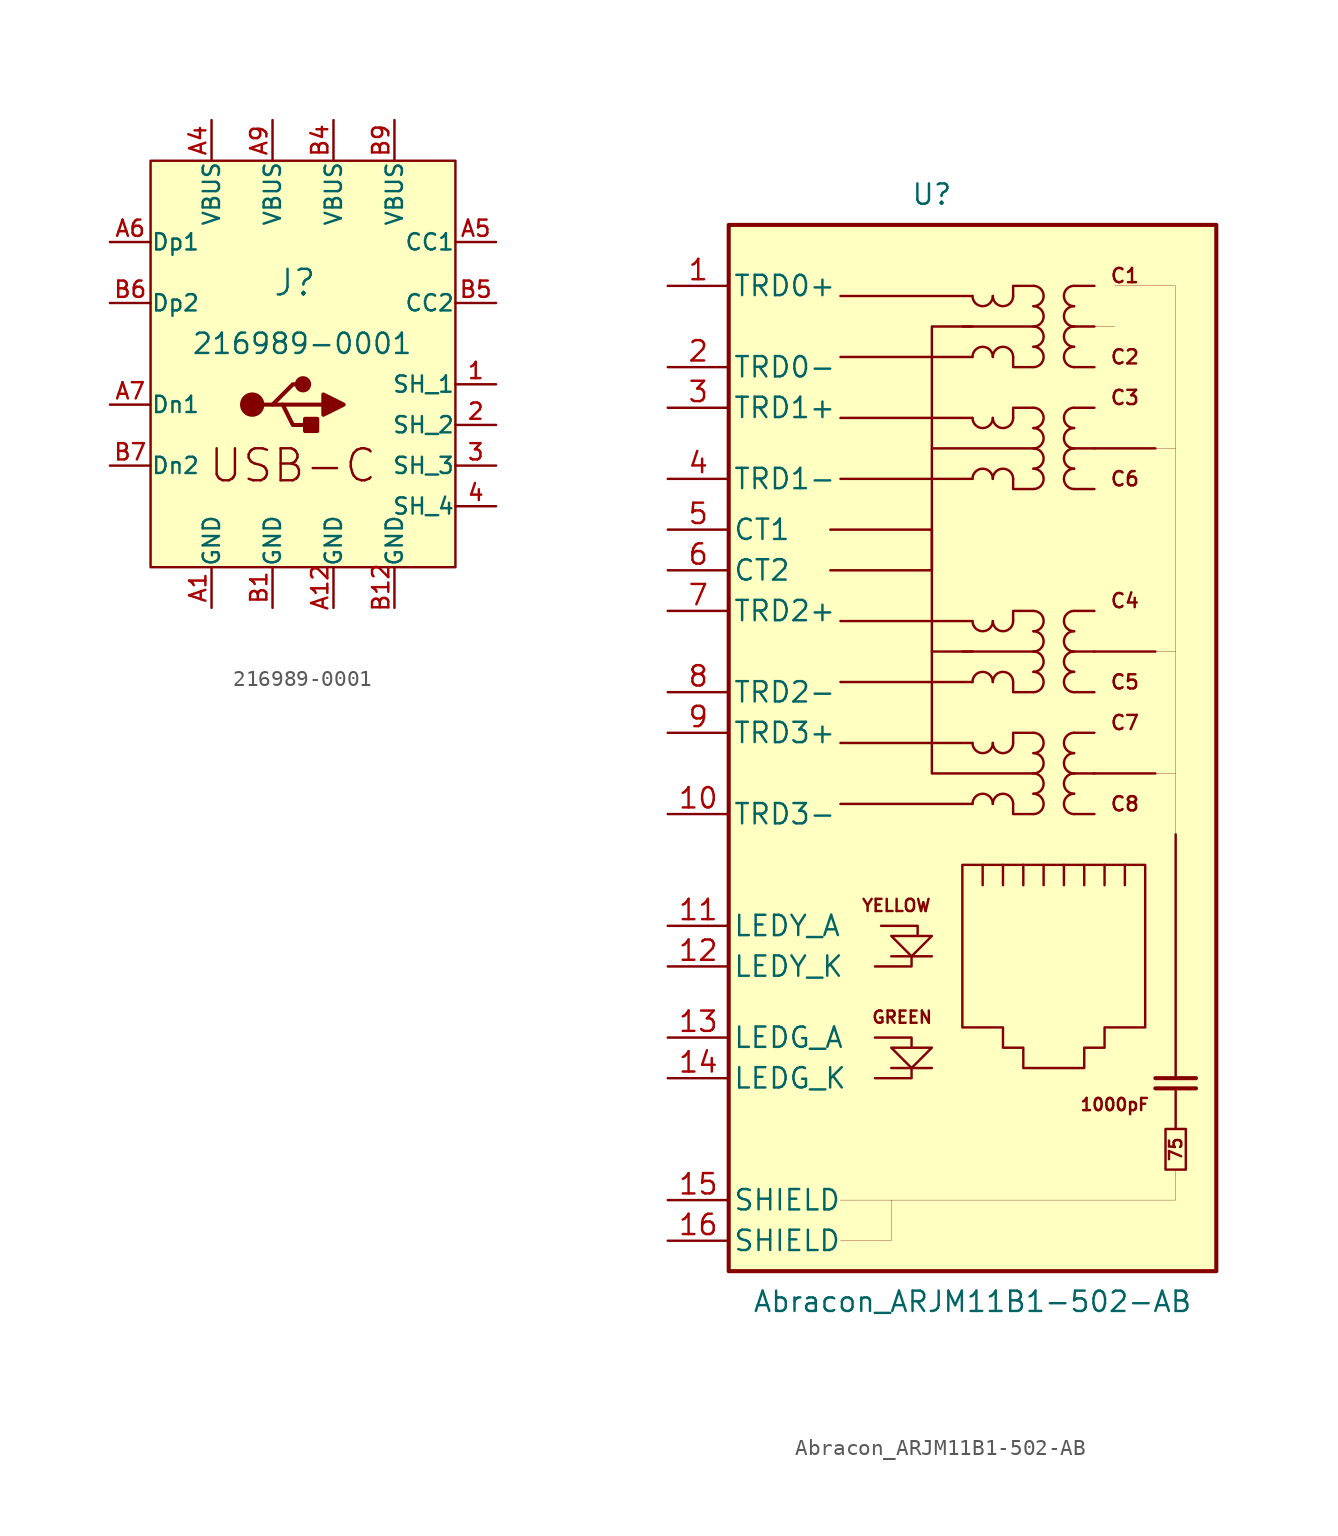
<source format=kicad_sym>
(kicad_symbol_lib
  (version 20220914)
  (generator kicad_symbol_editor)
  (symbol "216989-0001"
    (pin_names
      (offset 0.01))
    (property "Reference" "J"
      (at -19.05 -2.54 0)
      (effects (font (size 1.6 1.6)) (justify left)))
    (property "Value" "216989-0001"
      (at -24.13 -6.35 0)
      (effects (font (size 1.27 1.27)) (justify left)))
    (symbol "216989-0001_0_0"
      (text "USB-C" (at -17.78 -13.97 0) (effects (font (size 2 2)))))
    (symbol "216989-0001_0_1"
      (circle (center -20.32 -10.16) (radius 0.635) (stroke (width 0.254) (type default)) (fill (type outline)))
      (circle (center -17.145 -8.89) (radius 0.381) (stroke (width 0.254) (type default)) (fill (type outline)))
      (rectangle (start -16.256 -11.049) (end -17.018 -11.811) (stroke (width 0.254) (type default)) (fill (type outline)))
      (polyline (pts (xy -18.415 -10.16) (xy -15.875 -10.16)) (stroke (width 0.254) (type default)) (fill (type none)))
      (polyline (pts (xy -19.685 -10.16) (xy -19.05 -10.16) (xy -17.78 -8.89) (xy -17.145 -8.89)) (stroke (width 0.254) (type default)) (fill (type none)))
      (polyline (pts (xy -19.05 -10.16) (xy -18.415 -10.16) (xy -17.78 -11.43) (xy -16.51 -11.43)) (stroke (width 0.254) (type default)) (fill (type none)))
      (polyline (pts (xy -15.875 -9.525) (xy -15.875 -10.795) (xy -14.605 -10.16) (xy -15.875 -9.525)) (stroke (width 0.254) (type default)) (fill (type outline))))
    (symbol "216989-0001_1_1"
      (rectangle (start -26.67 5.08) (end -7.62 -20.32) (stroke (width 0) (type default)) (fill (type background)))
      (pin passive line (at -5.08 -8.89 180) (length 2.54) (name "SH_1" (effects (font (size 1.016 1.016)))) (number "1" (effects (font (size 1.016 1.016)))))
      (pin passive line (at -5.08 -11.43 180) (length 2.54) (name "SH_2" (effects (font (size 1.016 1.016)))) (number "2" (effects (font (size 1.016 1.016)))))
      (pin passive line (at -5.08 -13.97 180) (length 2.54) (name "SH_3" (effects (font (size 1.016 1.016)))) (number "3" (effects (font (size 1.016 1.016)))))
      (pin passive line (at -5.08 -16.51 180) (length 2.54) (name "SH_4" (effects (font (size 1.016 1.016)))) (number "4" (effects (font (size 1.016 1.016)))))
      (pin power_in line (at -22.86 -22.86 90) (length 2.54) (name "GND" (effects (font (size 1.016 1.016)))) (number "A1" (effects (font (size 1.016 1.016)))))
      (pin power_in line (at -15.24 -22.86 90) (length 2.54) (name "GND" (effects (font (size 1.016 1.016)))) (number "A12" (effects (font (size 1.016 1.016)))))
      (pin passive line (at -22.86 7.62 270) (length 2.54) (name "VBUS" (effects (font (size 1.016 1.016)))) (number "A4" (effects (font (size 1.016 1.016)))))
      (pin passive line (at -5.08 0 180) (length 2.54) (name "CC1" (effects (font (size 1.016 1.016)))) (number "A5" (effects (font (size 1.016 1.016)))))
      (pin passive line (at -29.21 0 0) (length 2.54) (name "Dp1" (effects (font (size 1.016 1.016)))) (number "A6" (effects (font (size 1.016 1.016)))))
      (pin passive line (at -29.21 -10.16 0) (length 2.54) (name "Dn1" (effects (font (size 1.016 1.016)))) (number "A7" (effects (font (size 1.016 1.016)))))
      (pin power_in line (at -19.05 7.62 270) (length 2.54) (name "VBUS" (effects (font (size 1.016 1.016)))) (number "A9" (effects (font (size 1.016 1.016)))))
      (pin power_in line (at -19.05 -22.86 90) (length 2.54) (name "GND" (effects (font (size 1.016 1.016)))) (number "B1" (effects (font (size 1.016 1.016)))))
      (pin power_in line (at -11.43 -22.86 90) (length 2.54) (name "GND" (effects (font (size 1.016 1.016)))) (number "B12" (effects (font (size 1.016 1.016)))))
      (pin passive line (at -15.24 7.62 270) (length 2.54) (name "VBUS" (effects (font (size 1.016 1.016)))) (number "B4" (effects (font (size 1.016 1.016)))))
      (pin passive line (at -5.08 -3.81 180) (length 2.54) (name "CC2" (effects (font (size 1.016 1.016)))) (number "B5" (effects (font (size 1.016 1.016)))))
      (pin passive line (at -29.21 -3.81 0) (length 2.54) (name "Dp2" (effects (font (size 1.016 1.016)))) (number "B6" (effects (font (size 1.016 1.016)))))
      (pin passive line (at -29.21 -13.97 0) (length 2.54) (name "Dn2" (effects (font (size 1.016 1.016)))) (number "B7" (effects (font (size 1.016 1.016)))))
      (pin passive line (at -11.43 7.62 270) (length 2.54) (name "VBUS" (effects (font (size 1.016 1.016)))) (number "B9" (effects (font (size 1.016 1.016)))))))
  (symbol "Abracon_ARJM11B1-502-AB"
    (pin_names
      (offset 0.254))
    (property "Reference" "U"
      (at -2.54 67.31 0)
      (effects (font (size 1.27 1.27))))
    (property "Value" "Abracon_ARJM11B1-502-AB"
      (at 0 -1.905 0)
      (effects (font (size 1.27 1.27))))
    (symbol "Abracon_ARJM11B1-502-AB_0_1"
      (polyline (pts (xy 8.89 59.055) (xy 7.62 59.055)) (stroke (width 0.001) (type default)) (fill (type none)))
      (polyline (pts (xy 11.43 31.115) (xy 12.7 31.115)) (stroke (width 0.001) (type default)) (fill (type none)))
      (polyline (pts (xy 11.43 38.735) (xy 12.7 38.735)) (stroke (width 0.001) (type default)) (fill (type none)))
      (polyline (pts (xy 11.43 51.435) (xy 12.7 51.435)) (stroke (width 0.001) (type default)) (fill (type none)))
      (polyline (pts (xy -5.08 4.445) (xy -5.08 1.905) (xy -8.255 1.905)) (stroke (width 0.001) (type default)) (fill (type none)))
      (polyline (pts (xy 12.7 6.35) (xy 12.7 4.445) (xy -8.255 4.445)) (stroke (width 0.001) (type default)) (fill (type none)))
      (polyline (pts (xy 12.7 27.305) (xy 12.7 61.595) (xy 8.89 61.595)) (stroke (width 0.001) (type default)) (fill (type none)))
      (polyline (pts (xy 3.81 31.115) (xy -2.54 31.115) (xy -2.54 38.735) (xy 0 38.735) (xy -2.54 38.735)) (stroke (width 0) (type default)) (fill (type none)))
      (polyline (pts (xy 3.81 51.435) (xy -2.54 51.435) (xy -2.54 59.055) (xy 0 59.055) (xy -2.54 59.055)) (stroke (width 0) (type default)) (fill (type none))))
    (symbol "Abracon_ARJM11B1-502-AB_1_1"
      (rectangle (start -15.24 65.405) (end 15.24 0) (stroke (width 0.254) (type default)) (fill (type background)))
      (polyline (pts (xy -2.54 12.7) (xy -5.08 12.7)) (stroke (width 0) (type default)) (fill (type none)))
      (polyline (pts (xy -2.54 19.685) (xy -5.08 19.685)) (stroke (width 0) (type default)) (fill (type none)))
      (polyline (pts (xy -2.54 38.735) (xy -2.54 51.435)) (stroke (width 0) (type default)) (fill (type none)))
      (polyline (pts (xy -0.635 38.735) (xy 3.81 38.735)) (stroke (width 0) (type default)) (fill (type none)))
      (polyline (pts (xy -0.635 59.055) (xy 3.81 59.055)) (stroke (width 0) (type default)) (fill (type none)))
      (polyline (pts (xy 0 29.21) (xy -8.255 29.21)) (stroke (width 0) (type default)) (fill (type none)))
      (polyline (pts (xy 0 33.02) (xy -8.255 33.02)) (stroke (width 0) (type default)) (fill (type none)))
      (polyline (pts (xy 0 36.83) (xy -8.255 36.83)) (stroke (width 0) (type default)) (fill (type none)))
      (polyline (pts (xy 0 40.64) (xy -8.255 40.64)) (stroke (width 0) (type default)) (fill (type none)))
      (polyline (pts (xy 0 49.53) (xy -8.255 49.53)) (stroke (width 0) (type default)) (fill (type none)))
      (polyline (pts (xy 0 53.34) (xy -8.255 53.34)) (stroke (width 0) (type default)) (fill (type none)))
      (polyline (pts (xy 0 57.15) (xy -8.255 57.15)) (stroke (width 0) (type default)) (fill (type none)))
      (polyline (pts (xy 0 60.96) (xy -8.255 60.96)) (stroke (width 0) (type default)) (fill (type none)))
      (polyline (pts (xy 0.635 24.13) (xy 0.635 25.4)) (stroke (width 0) (type default)) (fill (type none)))
      (polyline (pts (xy 1.905 25.4) (xy 1.905 24.13)) (stroke (width 0) (type default)) (fill (type none)))
      (polyline (pts (xy 3.175 25.4) (xy 3.175 24.13)) (stroke (width 0) (type default)) (fill (type none)))
      (polyline (pts (xy 4.445 25.4) (xy 4.445 24.13)) (stroke (width 0) (type default)) (fill (type none)))
      (polyline (pts (xy 5.715 25.4) (xy 5.715 24.13)) (stroke (width 0) (type default)) (fill (type none)))
      (polyline (pts (xy 6.35 28.575) (xy 7.62 28.575)) (stroke (width 0) (type default)) (fill (type none)))
      (polyline (pts (xy 6.35 31.115) (xy 7.62 31.115)) (stroke (width 0) (type default)) (fill (type none)))
      (polyline (pts (xy 6.35 33.655) (xy 7.62 33.655)) (stroke (width 0) (type default)) (fill (type none)))
      (polyline (pts (xy 6.35 36.195) (xy 7.62 36.195)) (stroke (width 0) (type default)) (fill (type none)))
      (polyline (pts (xy 6.35 38.735) (xy 7.62 38.735)) (stroke (width 0) (type default)) (fill (type none)))
      (polyline (pts (xy 6.35 41.275) (xy 7.62 41.275)) (stroke (width 0) (type default)) (fill (type none)))
      (polyline (pts (xy 6.35 48.895) (xy 7.62 48.895)) (stroke (width 0) (type default)) (fill (type none)))
      (polyline (pts (xy 6.35 51.435) (xy 7.62 51.435)) (stroke (width 0) (type default)) (fill (type none)))
      (polyline (pts (xy 6.35 53.975) (xy 7.62 53.975)) (stroke (width 0) (type default)) (fill (type none)))
      (polyline (pts (xy 6.35 56.515) (xy 7.62 56.515)) (stroke (width 0) (type default)) (fill (type none)))
      (polyline (pts (xy 6.35 59.055) (xy 7.62 59.055)) (stroke (width 0) (type default)) (fill (type none)))
      (polyline (pts (xy 6.35 61.595) (xy 7.62 61.595)) (stroke (width 0) (type default)) (fill (type none)))
      (polyline (pts (xy 6.985 25.4) (xy 6.985 24.13)) (stroke (width 0) (type default)) (fill (type none)))
      (polyline (pts (xy 7.62 31.115) (xy 11.43 31.115)) (stroke (width 0) (type default)) (fill (type none)))
      (polyline (pts (xy 7.62 38.735) (xy 11.43 38.735)) (stroke (width 0) (type default)) (fill (type none)))
      (polyline (pts (xy 7.62 51.435) (xy 11.43 51.435)) (stroke (width 0) (type default)) (fill (type none)))
      (polyline (pts (xy 8.255 24.13) (xy 8.255 25.4)) (stroke (width 0) (type default)) (fill (type none)))
      (polyline (pts (xy 9.525 24.13) (xy 9.525 25.4)) (stroke (width 0) (type default)) (fill (type none)))
      (polyline (pts (xy 11.43 11.43) (xy 13.97 11.43)) (stroke (width 0.254) (type default)) (fill (type none)))
      (polyline (pts (xy 11.43 12.065) (xy 13.97 12.065)) (stroke (width 0.254) (type default)) (fill (type none)))
      (polyline (pts (xy 12.7 8.89) (xy 12.7 11.43)) (stroke (width 0) (type default)) (fill (type none)))
      (polyline (pts (xy 12.7 12.065) (xy 12.7 27.305)) (stroke (width 0) (type default)) (fill (type none)))
      (polyline (pts (xy -6.096 12.065) (xy -3.81 12.065) (xy -3.81 12.7)) (stroke (width 0) (type default)) (fill (type none)))
      (polyline (pts (xy -6.096 14.605) (xy -3.81 14.605) (xy -3.81 13.97)) (stroke (width 0) (type default)) (fill (type none)))
      (polyline (pts (xy -5.715 21.59) (xy -3.429 21.59) (xy -3.429 20.955)) (stroke (width 0) (type default)) (fill (type none)))
      (polyline (pts (xy -3.81 19.685) (xy -3.81 19.05) (xy -6.096 19.05)) (stroke (width 0) (type default)) (fill (type none)))
      (polyline (pts (xy 2.54 29.21) (xy 2.54 28.575) (xy 3.81 28.575)) (stroke (width 0) (type default)) (fill (type none)))
      (polyline (pts (xy 2.54 36.83) (xy 2.54 36.195) (xy 3.81 36.195)) (stroke (width 0) (type default)) (fill (type none)))
      (polyline (pts (xy 2.54 49.53) (xy 2.54 48.895) (xy 3.81 48.895)) (stroke (width 0) (type default)) (fill (type none)))
      (polyline (pts (xy 2.54 57.15) (xy 2.54 56.515) (xy 3.81 56.515)) (stroke (width 0) (type default)) (fill (type none)))
      (polyline (pts (xy 3.81 33.655) (xy 2.54 33.655) (xy 2.54 33.02)) (stroke (width 0) (type default)) (fill (type none)))
      (polyline (pts (xy 3.81 41.275) (xy 2.54 41.275) (xy 2.54 40.64)) (stroke (width 0) (type default)) (fill (type none)))
      (polyline (pts (xy 3.81 53.975) (xy 2.54 53.975) (xy 2.54 53.34)) (stroke (width 0) (type default)) (fill (type none)))
      (polyline (pts (xy 3.81 61.595) (xy 2.54 61.595) (xy 2.54 60.96)) (stroke (width 0) (type default)) (fill (type none)))
      (polyline (pts (xy -8.89 43.815) (xy -2.54 43.815) (xy -2.54 46.355) (xy -8.89 46.355)) (stroke (width 0) (type default)) (fill (type none)))
      (polyline (pts (xy -5.08 20.955) (xy -2.54 20.955) (xy -3.81 19.685) (xy -5.08 20.955)) (stroke (width 0) (type default)) (fill (type none)))
      (polyline (pts (xy -2.54 13.97) (xy -5.08 13.97) (xy -3.81 12.7) (xy -2.54 13.97)) (stroke (width 0) (type default)) (fill (type none)))
      (polyline (pts (xy -0.635 25.4) (xy 10.795 25.4) (xy 10.795 15.24) (xy 8.255 15.24) (xy 8.255 13.97) (xy 6.985 13.97) (xy 6.985 12.7) (xy 3.175 12.7) (xy 3.175 13.97) (xy 1.905 13.97) (xy 1.905 15.24) (xy -0.635 15.24) (xy -0.635 25.4)) (stroke (width 0) (type default)) (fill (type none)))
      (arc (start 0 33.02) (mid 0.635 32.3877) (end 1.27 33.02) (stroke (width 0) (type default)) (fill (type none)))
      (arc (start 0 40.64) (mid 0.635 40.0077) (end 1.27 40.64) (stroke (width 0) (type default)) (fill (type none)))
      (arc (start 0 53.34) (mid 0.635 52.7077) (end 1.27 53.34) (stroke (width 0) (type default)) (fill (type none)))
      (arc (start 0 60.96) (mid 0.635 60.3277) (end 1.27 60.96) (stroke (width 0) (type default)) (fill (type none)))
      (arc (start 1.27 29.21) (mid 0.635 29.8423) (end 0 29.21) (stroke (width 0) (type default)) (fill (type none)))
      (arc (start 1.27 33.02) (mid 1.905 32.3877) (end 2.54 33.02) (stroke (width 0) (type default)) (fill (type none)))
      (arc (start 1.27 36.83) (mid 0.635 37.4623) (end 0 36.83) (stroke (width 0) (type default)) (fill (type none)))
      (arc (start 1.27 40.64) (mid 1.905 40.0077) (end 2.54 40.64) (stroke (width 0) (type default)) (fill (type none)))
      (arc (start 1.27 49.53) (mid 0.635 50.1623) (end 0 49.53) (stroke (width 0) (type default)) (fill (type none)))
      (arc (start 1.27 53.34) (mid 1.905 52.7077) (end 2.54 53.34) (stroke (width 0) (type default)) (fill (type none)))
      (arc (start 1.27 57.15) (mid 0.635 57.7823) (end 0 57.15) (stroke (width 0) (type default)) (fill (type none)))
      (arc (start 1.27 60.96) (mid 1.905 60.3277) (end 2.54 60.96) (stroke (width 0) (type default)) (fill (type none)))
      (arc (start 2.54 29.21) (mid 1.905 29.8423) (end 1.27 29.21) (stroke (width 0) (type default)) (fill (type none)))
      (arc (start 2.54 36.83) (mid 1.905 37.4623) (end 1.27 36.83) (stroke (width 0) (type default)) (fill (type none)))
      (arc (start 2.54 49.53) (mid 1.905 50.1623) (end 1.27 49.53) (stroke (width 0) (type default)) (fill (type none)))
      (arc (start 2.54 57.15) (mid 1.905 57.7823) (end 1.27 57.15) (stroke (width 0) (type default)) (fill (type none)))
      (arc (start 3.81 28.575) (mid 4.4423 29.21) (end 3.81 29.845) (stroke (width 0) (type default)) (fill (type none)))
      (arc (start 3.81 29.845) (mid 4.4423 30.48) (end 3.81 31.115) (stroke (width 0) (type default)) (fill (type none)))
      (arc (start 3.81 31.115) (mid 4.4423 31.75) (end 3.81 32.385) (stroke (width 0) (type default)) (fill (type none)))
      (arc (start 3.81 32.385) (mid 4.4423 33.02) (end 3.81 33.655) (stroke (width 0) (type default)) (fill (type none)))
      (arc (start 3.81 36.195) (mid 4.4423 36.83) (end 3.81 37.465) (stroke (width 0) (type default)) (fill (type none)))
      (arc (start 3.81 37.465) (mid 4.4423 38.1) (end 3.81 38.735) (stroke (width 0) (type default)) (fill (type none)))
      (arc (start 3.81 38.735) (mid 4.4423 39.37) (end 3.81 40.005) (stroke (width 0) (type default)) (fill (type none)))
      (arc (start 3.81 40.005) (mid 4.4423 40.64) (end 3.81 41.275) (stroke (width 0) (type default)) (fill (type none)))
      (arc (start 3.81 48.895) (mid 4.4423 49.53) (end 3.81 50.165) (stroke (width 0) (type default)) (fill (type none)))
      (arc (start 3.81 50.165) (mid 4.4423 50.8) (end 3.81 51.435) (stroke (width 0) (type default)) (fill (type none)))
      (arc (start 3.81 51.435) (mid 4.4423 52.07) (end 3.81 52.705) (stroke (width 0) (type default)) (fill (type none)))
      (arc (start 3.81 52.705) (mid 4.4423 53.34) (end 3.81 53.975) (stroke (width 0) (type default)) (fill (type none)))
      (arc (start 3.81 56.515) (mid 4.4423 57.15) (end 3.81 57.785) (stroke (width 0) (type default)) (fill (type none)))
      (arc (start 3.81 57.785) (mid 4.4423 58.42) (end 3.81 59.055) (stroke (width 0) (type default)) (fill (type none)))
      (arc (start 3.81 59.055) (mid 4.4423 59.69) (end 3.81 60.325) (stroke (width 0) (type default)) (fill (type none)))
      (arc (start 3.81 60.325) (mid 4.4423 60.96) (end 3.81 61.595) (stroke (width 0) (type default)) (fill (type none)))
      (arc (start 6.35 29.845) (mid 5.7177 29.21) (end 6.35 28.575) (stroke (width 0) (type default)) (fill (type none)))
      (arc (start 6.35 31.115) (mid 5.7177 30.48) (end 6.35 29.845) (stroke (width 0) (type default)) (fill (type none)))
      (arc (start 6.35 32.385) (mid 5.7177 31.75) (end 6.35 31.115) (stroke (width 0) (type default)) (fill (type none)))
      (arc (start 6.35 33.655) (mid 5.7177 33.02) (end 6.35 32.385) (stroke (width 0) (type default)) (fill (type none)))
      (arc (start 6.35 37.465) (mid 5.7177 36.83) (end 6.35 36.195) (stroke (width 0) (type default)) (fill (type none)))
      (arc (start 6.35 38.735) (mid 5.7177 38.1) (end 6.35 37.465) (stroke (width 0) (type default)) (fill (type none)))
      (arc (start 6.35 40.005) (mid 5.7177 39.37) (end 6.35 38.735) (stroke (width 0) (type default)) (fill (type none)))
      (arc (start 6.35 41.275) (mid 5.7177 40.64) (end 6.35 40.005) (stroke (width 0) (type default)) (fill (type none)))
      (arc (start 6.35 50.165) (mid 5.7177 49.53) (end 6.35 48.895) (stroke (width 0) (type default)) (fill (type none)))
      (arc (start 6.35 51.435) (mid 5.7177 50.8) (end 6.35 50.165) (stroke (width 0) (type default)) (fill (type none)))
      (arc (start 6.35 52.705) (mid 5.7177 52.07) (end 6.35 51.435) (stroke (width 0) (type default)) (fill (type none)))
      (arc (start 6.35 53.975) (mid 5.7177 53.34) (end 6.35 52.705) (stroke (width 0) (type default)) (fill (type none)))
      (arc (start 6.35 57.785) (mid 5.7177 57.15) (end 6.35 56.515) (stroke (width 0) (type default)) (fill (type none)))
      (arc (start 6.35 59.055) (mid 5.7177 58.42) (end 6.35 57.785) (stroke (width 0) (type default)) (fill (type none)))
      (arc (start 6.35 60.325) (mid 5.7177 59.69) (end 6.35 59.055) (stroke (width 0) (type default)) (fill (type none)))
      (arc (start 6.35 61.595) (mid 5.7177 60.96) (end 6.35 60.325) (stroke (width 0) (type default)) (fill (type none)))
      (rectangle (start 13.335 6.35) (end 12.065 8.89) (stroke (width 0) (type default)) (fill (type none)))
      (text "1000pF" (at 8.89 10.414 0) (effects (font (size 0.762 0.762))))
      (text "75" (at 12.7 7.62 900) (effects (font (size 0.762 0.762))))
      (text "C1" (at 9.525 62.23 0) (effects (font (size 0.889 0.889))))
      (text "C2" (at 9.525 57.15 0) (effects (font (size 0.889 0.889))))
      (text "C3" (at 9.525 54.61 0) (effects (font (size 0.889 0.889))))
      (text "C4" (at 9.525 41.91 0) (effects (font (size 0.889 0.889))))
      (text "C5" (at 9.525 36.83 0) (effects (font (size 0.889 0.889))))
      (text "C6" (at 9.525 49.53 0) (effects (font (size 0.889 0.889))))
      (text "C7" (at 9.525 34.29 0) (effects (font (size 0.889 0.889))))
      (text "C8" (at 9.525 29.21 0) (effects (font (size 0.889 0.889))))
      (text "GREEN" (at -6.35 15.875 0) (effects (font (size 0.762 0.762)) (justify left)))
      (text "YELLOW" (at -6.985 22.86 0) (effects (font (size 0.762 0.762)) (justify left)))
      (pin passive line (at -19.05 61.595 0) (length 3.81) (name "TRD0+" (effects (font (size 1.27 1.27)))) (number "1" (effects (font (size 1.27 1.27)))))
      (pin passive line (at -19.05 28.575 0) (length 3.81) (name "TRD3-" (effects (font (size 1.27 1.27)))) (number "10" (effects (font (size 1.27 1.27)))))
      (pin passive line (at -19.05 21.59 0) (length 3.81) (name "LEDY_A" (effects (font (size 1.27 1.27)))) (number "11" (effects (font (size 1.27 1.27)))))
      (pin passive line (at -19.05 19.05 0) (length 3.81) (name "LEDY_K" (effects (font (size 1.27 1.27)))) (number "12" (effects (font (size 1.27 1.27)))))
      (pin passive line (at -19.05 14.605 0) (length 3.81) (name "LEDG_A" (effects (font (size 1.27 1.27)))) (number "13" (effects (font (size 1.27 1.27)))))
      (pin passive line (at -19.05 12.065 0) (length 3.81) (name "LEDG_K" (effects (font (size 1.27 1.27)))) (number "14" (effects (font (size 1.27 1.27)))))
      (pin passive line (at -19.05 4.445 0) (length 3.81) (name "SHIELD" (effects (font (size 1.27 1.27)))) (number "15" (effects (font (size 1.27 1.27)))))
      (pin passive line (at -19.05 1.905 0) (length 3.81) (name "SHIELD" (effects (font (size 1.27 1.27)))) (number "16" (effects (font (size 1.27 1.27)))))
      (pin passive line (at -19.05 56.515 0) (length 3.81) (name "TRD0-" (effects (font (size 1.27 1.27)))) (number "2" (effects (font (size 1.27 1.27)))))
      (pin passive line (at -19.05 53.975 0) (length 3.81) (name "TRD1+" (effects (font (size 1.27 1.27)))) (number "3" (effects (font (size 1.27 1.27)))))
      (pin passive line (at -19.05 49.53 0) (length 3.81) (name "TRD1-" (effects (font (size 1.27 1.27)))) (number "4" (effects (font (size 1.27 1.27)))))
      (pin passive line (at -19.05 46.355 0) (length 3.81) (name "CT1" (effects (font (size 1.27 1.27)))) (number "5" (effects (font (size 1.27 1.27)))))
      (pin passive line (at -19.05 43.815 0) (length 3.81) (name "CT2" (effects (font (size 1.27 1.27)))) (number "6" (effects (font (size 1.27 1.27)))))
      (pin passive line (at -19.05 41.275 0) (length 3.81) (name "TRD2+" (effects (font (size 1.27 1.27)))) (number "7" (effects (font (size 1.27 1.27)))))
      (pin passive line (at -19.05 36.195 0) (length 3.81) (name "TRD2-" (effects (font (size 1.27 1.27)))) (number "8" (effects (font (size 1.27 1.27)))))
      (pin passive line (at -19.05 33.655 0) (length 3.81) (name "TRD3+" (effects (font (size 1.27 1.27)))) (number "9" (effects (font (size 1.27 1.27))))))))
</source>
